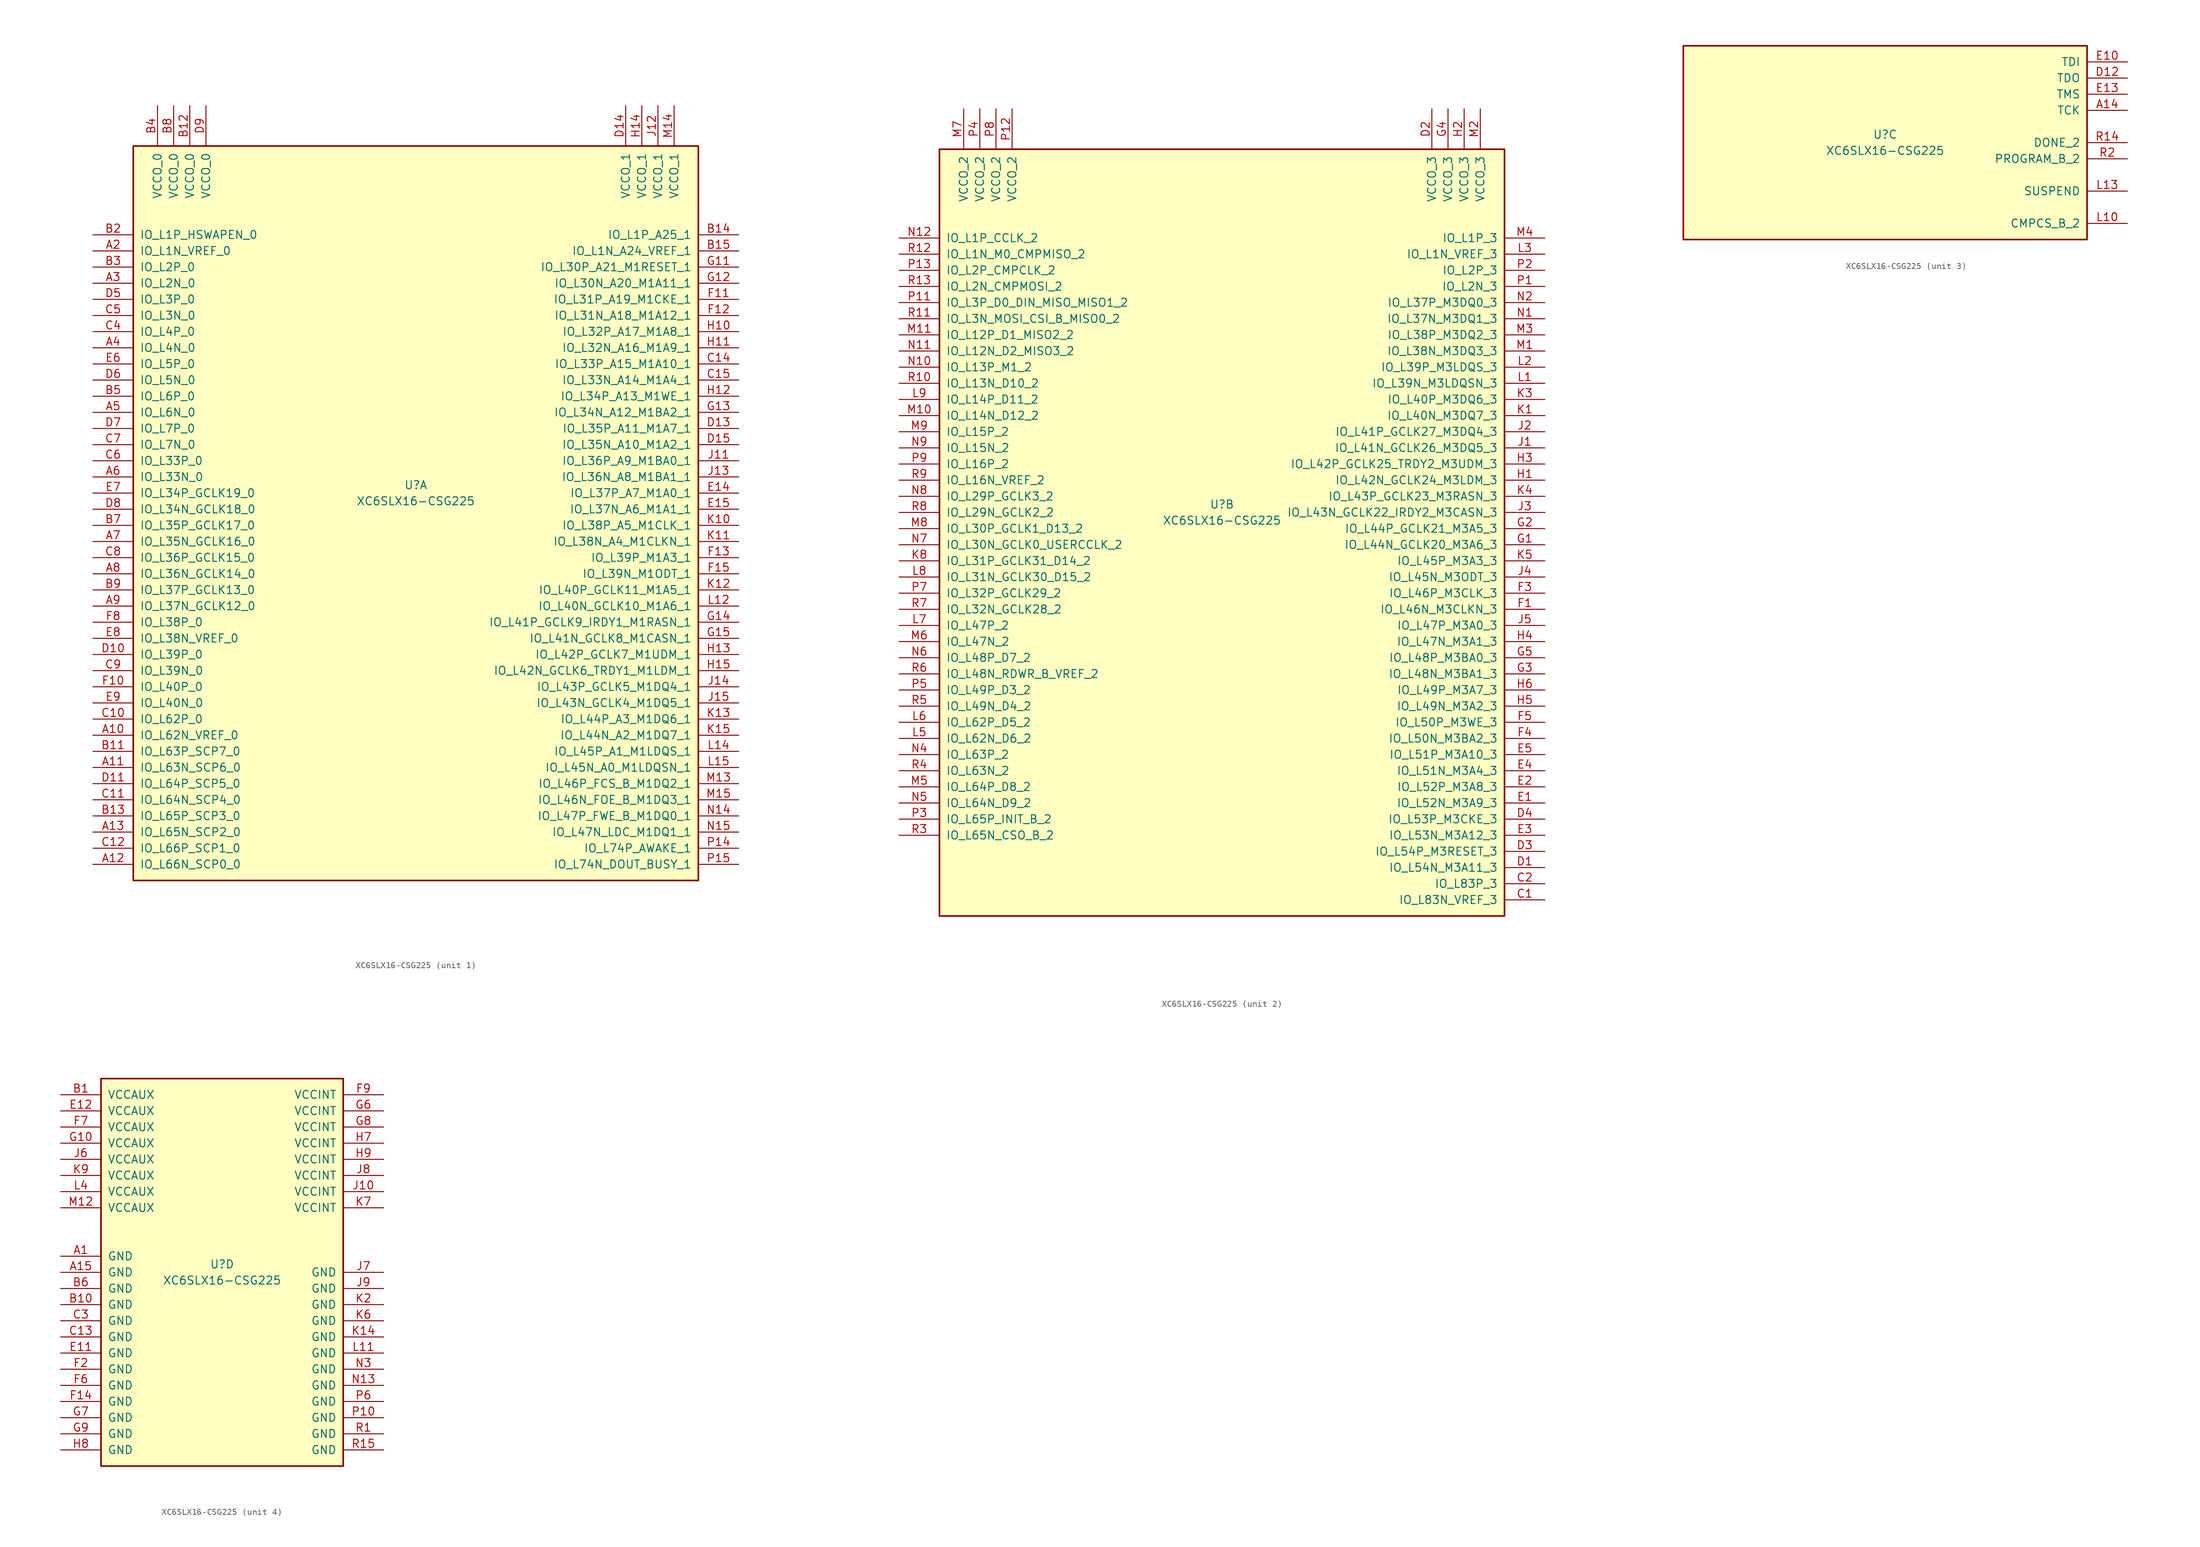
<source format=kicad_sym>
(kicad_symbol_lib
  (version 20211014)
  (generator kicad_symbol_editor)
  (symbol "XC6SLX16-CSG225"
    (pin_names
      (offset 1.016))
    (property "Reference" "U"
      (at 0 1.27 0)
      (effects (font (size 1.27 1.27))))
    (property "Value" "XC6SLX16-CSG225"
      (at 0 -1.27 0)
      (effects (font (size 1.27 1.27))))
    (property "Datasheet" ""
      (at 0 0 0)
      (effects (font (size 1.27 1.27))))
    (property "ki_locked" ""
      (at 0 0 0)
      (effects (font (size 1.27 1.27))))
    (symbol "XC6SLX16-CSG225_1_1"
      (rectangle (start -44.45 54.61) (end 44.45 -60.96) (stroke (width 0.254) (type default) (color 0 0 0 0)) (fill (type background)))
      (pin bidirectional line (at -50.8 -38.1 0) (length 6.35) (name "IO_L62N_VREF_0" (effects (font (size 1.27 1.27)))) (number "A10" (effects (font (size 1.27 1.27)))))
      (pin bidirectional line (at -50.8 -43.18 0) (length 6.35) (name "IO_L63N_SCP6_0" (effects (font (size 1.27 1.27)))) (number "A11" (effects (font (size 1.27 1.27)))))
      (pin bidirectional line (at -50.8 -58.42 0) (length 6.35) (name "IO_L66N_SCP0_0" (effects (font (size 1.27 1.27)))) (number "A12" (effects (font (size 1.27 1.27)))))
      (pin bidirectional line (at -50.8 -53.34 0) (length 6.35) (name "IO_L65N_SCP2_0" (effects (font (size 1.27 1.27)))) (number "A13" (effects (font (size 1.27 1.27)))))
      (pin bidirectional line (at -50.8 38.1 0) (length 6.35) (name "IO_L1N_VREF_0" (effects (font (size 1.27 1.27)))) (number "A2" (effects (font (size 1.27 1.27)))))
      (pin bidirectional line (at -50.8 33.02 0) (length 6.35) (name "IO_L2N_0" (effects (font (size 1.27 1.27)))) (number "A3" (effects (font (size 1.27 1.27)))))
      (pin bidirectional line (at -50.8 22.86 0) (length 6.35) (name "IO_L4N_0" (effects (font (size 1.27 1.27)))) (number "A4" (effects (font (size 1.27 1.27)))))
      (pin bidirectional line (at -50.8 12.7 0) (length 6.35) (name "IO_L6N_0" (effects (font (size 1.27 1.27)))) (number "A5" (effects (font (size 1.27 1.27)))))
      (pin bidirectional line (at -50.8 2.54 0) (length 6.35) (name "IO_L33N_0" (effects (font (size 1.27 1.27)))) (number "A6" (effects (font (size 1.27 1.27)))))
      (pin bidirectional line (at -50.8 -7.62 0) (length 6.35) (name "IO_L35N_GCLK16_0" (effects (font (size 1.27 1.27)))) (number "A7" (effects (font (size 1.27 1.27)))))
      (pin bidirectional line (at -50.8 -12.7 0) (length 6.35) (name "IO_L36N_GCLK14_0" (effects (font (size 1.27 1.27)))) (number "A8" (effects (font (size 1.27 1.27)))))
      (pin bidirectional line (at -50.8 -17.78 0) (length 6.35) (name "IO_L37N_GCLK12_0" (effects (font (size 1.27 1.27)))) (number "A9" (effects (font (size 1.27 1.27)))))
      (pin bidirectional line (at -50.8 -40.64 0) (length 6.35) (name "IO_L63P_SCP7_0" (effects (font (size 1.27 1.27)))) (number "B11" (effects (font (size 1.27 1.27)))))
      (pin power_in line (at -35.56 60.96 270) (length 6.35) (name "VCCO_0" (effects (font (size 1.27 1.27)))) (number "B12" (effects (font (size 1.27 1.27)))))
      (pin bidirectional line (at -50.8 -50.8 0) (length 6.35) (name "IO_L65P_SCP3_0" (effects (font (size 1.27 1.27)))) (number "B13" (effects (font (size 1.27 1.27)))))
      (pin bidirectional line (at 50.8 40.64 180) (length 6.35) (name "IO_L1P_A25_1" (effects (font (size 1.27 1.27)))) (number "B14" (effects (font (size 1.27 1.27)))))
      (pin bidirectional line (at 50.8 38.1 180) (length 6.35) (name "IO_L1N_A24_VREF_1" (effects (font (size 1.27 1.27)))) (number "B15" (effects (font (size 1.27 1.27)))))
      (pin bidirectional line (at -50.8 40.64 0) (length 6.35) (name "IO_L1P_HSWAPEN_0" (effects (font (size 1.27 1.27)))) (number "B2" (effects (font (size 1.27 1.27)))))
      (pin bidirectional line (at -50.8 35.56 0) (length 6.35) (name "IO_L2P_0" (effects (font (size 1.27 1.27)))) (number "B3" (effects (font (size 1.27 1.27)))))
      (pin power_in line (at -40.64 60.96 270) (length 6.35) (name "VCCO_0" (effects (font (size 1.27 1.27)))) (number "B4" (effects (font (size 1.27 1.27)))))
      (pin bidirectional line (at -50.8 15.24 0) (length 6.35) (name "IO_L6P_0" (effects (font (size 1.27 1.27)))) (number "B5" (effects (font (size 1.27 1.27)))))
      (pin bidirectional line (at -50.8 -5.08 0) (length 6.35) (name "IO_L35P_GCLK17_0" (effects (font (size 1.27 1.27)))) (number "B7" (effects (font (size 1.27 1.27)))))
      (pin power_in line (at -38.1 60.96 270) (length 6.35) (name "VCCO_0" (effects (font (size 1.27 1.27)))) (number "B8" (effects (font (size 1.27 1.27)))))
      (pin bidirectional line (at -50.8 -15.24 0) (length 6.35) (name "IO_L37P_GCLK13_0" (effects (font (size 1.27 1.27)))) (number "B9" (effects (font (size 1.27 1.27)))))
      (pin bidirectional line (at -50.8 -35.56 0) (length 6.35) (name "IO_L62P_0" (effects (font (size 1.27 1.27)))) (number "C10" (effects (font (size 1.27 1.27)))))
      (pin bidirectional line (at -50.8 -48.26 0) (length 6.35) (name "IO_L64N_SCP4_0" (effects (font (size 1.27 1.27)))) (number "C11" (effects (font (size 1.27 1.27)))))
      (pin bidirectional line (at -50.8 -55.88 0) (length 6.35) (name "IO_L66P_SCP1_0" (effects (font (size 1.27 1.27)))) (number "C12" (effects (font (size 1.27 1.27)))))
      (pin bidirectional line (at 50.8 20.32 180) (length 6.35) (name "IO_L33P_A15_M1A10_1" (effects (font (size 1.27 1.27)))) (number "C14" (effects (font (size 1.27 1.27)))))
      (pin bidirectional line (at 50.8 17.78 180) (length 6.35) (name "IO_L33N_A14_M1A4_1" (effects (font (size 1.27 1.27)))) (number "C15" (effects (font (size 1.27 1.27)))))
      (pin bidirectional line (at -50.8 25.4 0) (length 6.35) (name "IO_L4P_0" (effects (font (size 1.27 1.27)))) (number "C4" (effects (font (size 1.27 1.27)))))
      (pin bidirectional line (at -50.8 27.94 0) (length 6.35) (name "IO_L3N_0" (effects (font (size 1.27 1.27)))) (number "C5" (effects (font (size 1.27 1.27)))))
      (pin bidirectional line (at -50.8 5.08 0) (length 6.35) (name "IO_L33P_0" (effects (font (size 1.27 1.27)))) (number "C6" (effects (font (size 1.27 1.27)))))
      (pin bidirectional line (at -50.8 7.62 0) (length 6.35) (name "IO_L7N_0" (effects (font (size 1.27 1.27)))) (number "C7" (effects (font (size 1.27 1.27)))))
      (pin bidirectional line (at -50.8 -10.16 0) (length 6.35) (name "IO_L36P_GCLK15_0" (effects (font (size 1.27 1.27)))) (number "C8" (effects (font (size 1.27 1.27)))))
      (pin bidirectional line (at -50.8 -27.94 0) (length 6.35) (name "IO_L39N_0" (effects (font (size 1.27 1.27)))) (number "C9" (effects (font (size 1.27 1.27)))))
      (pin bidirectional line (at -50.8 -25.4 0) (length 6.35) (name "IO_L39P_0" (effects (font (size 1.27 1.27)))) (number "D10" (effects (font (size 1.27 1.27)))))
      (pin bidirectional line (at -50.8 -45.72 0) (length 6.35) (name "IO_L64P_SCP5_0" (effects (font (size 1.27 1.27)))) (number "D11" (effects (font (size 1.27 1.27)))))
      (pin bidirectional line (at 50.8 10.16 180) (length 6.35) (name "IO_L35P_A11_M1A7_1" (effects (font (size 1.27 1.27)))) (number "D13" (effects (font (size 1.27 1.27)))))
      (pin power_in line (at 33.02 60.96 270) (length 6.35) (name "VCCO_1" (effects (font (size 1.27 1.27)))) (number "D14" (effects (font (size 1.27 1.27)))))
      (pin bidirectional line (at 50.8 7.62 180) (length 6.35) (name "IO_L35N_A10_M1A2_1" (effects (font (size 1.27 1.27)))) (number "D15" (effects (font (size 1.27 1.27)))))
      (pin bidirectional line (at -50.8 30.48 0) (length 6.35) (name "IO_L3P_0" (effects (font (size 1.27 1.27)))) (number "D5" (effects (font (size 1.27 1.27)))))
      (pin bidirectional line (at -50.8 17.78 0) (length 6.35) (name "IO_L5N_0" (effects (font (size 1.27 1.27)))) (number "D6" (effects (font (size 1.27 1.27)))))
      (pin bidirectional line (at -50.8 10.16 0) (length 6.35) (name "IO_L7P_0" (effects (font (size 1.27 1.27)))) (number "D7" (effects (font (size 1.27 1.27)))))
      (pin bidirectional line (at -50.8 -2.54 0) (length 6.35) (name "IO_L34N_GCLK18_0" (effects (font (size 1.27 1.27)))) (number "D8" (effects (font (size 1.27 1.27)))))
      (pin power_in line (at -33.02 60.96 270) (length 6.35) (name "VCCO_0" (effects (font (size 1.27 1.27)))) (number "D9" (effects (font (size 1.27 1.27)))))
      (pin bidirectional line (at 50.8 0 180) (length 6.35) (name "IO_L37P_A7_M1A0_1" (effects (font (size 1.27 1.27)))) (number "E14" (effects (font (size 1.27 1.27)))))
      (pin bidirectional line (at 50.8 -2.54 180) (length 6.35) (name "IO_L37N_A6_M1A1_1" (effects (font (size 1.27 1.27)))) (number "E15" (effects (font (size 1.27 1.27)))))
      (pin bidirectional line (at -50.8 20.32 0) (length 6.35) (name "IO_L5P_0" (effects (font (size 1.27 1.27)))) (number "E6" (effects (font (size 1.27 1.27)))))
      (pin bidirectional line (at -50.8 0 0) (length 6.35) (name "IO_L34P_GCLK19_0" (effects (font (size 1.27 1.27)))) (number "E7" (effects (font (size 1.27 1.27)))))
      (pin bidirectional line (at -50.8 -22.86 0) (length 6.35) (name "IO_L38N_VREF_0" (effects (font (size 1.27 1.27)))) (number "E8" (effects (font (size 1.27 1.27)))))
      (pin bidirectional line (at -50.8 -33.02 0) (length 6.35) (name "IO_L40N_0" (effects (font (size 1.27 1.27)))) (number "E9" (effects (font (size 1.27 1.27)))))
      (pin bidirectional line (at -50.8 -30.48 0) (length 6.35) (name "IO_L40P_0" (effects (font (size 1.27 1.27)))) (number "F10" (effects (font (size 1.27 1.27)))))
      (pin bidirectional line (at 50.8 30.48 180) (length 6.35) (name "IO_L31P_A19_M1CKE_1" (effects (font (size 1.27 1.27)))) (number "F11" (effects (font (size 1.27 1.27)))))
      (pin bidirectional line (at 50.8 27.94 180) (length 6.35) (name "IO_L31N_A18_M1A12_1" (effects (font (size 1.27 1.27)))) (number "F12" (effects (font (size 1.27 1.27)))))
      (pin bidirectional line (at 50.8 -10.16 180) (length 6.35) (name "IO_L39P_M1A3_1" (effects (font (size 1.27 1.27)))) (number "F13" (effects (font (size 1.27 1.27)))))
      (pin bidirectional line (at 50.8 -12.7 180) (length 6.35) (name "IO_L39N_M1ODT_1" (effects (font (size 1.27 1.27)))) (number "F15" (effects (font (size 1.27 1.27)))))
      (pin bidirectional line (at -50.8 -20.32 0) (length 6.35) (name "IO_L38P_0" (effects (font (size 1.27 1.27)))) (number "F8" (effects (font (size 1.27 1.27)))))
      (pin bidirectional line (at 50.8 35.56 180) (length 6.35) (name "IO_L30P_A21_M1RESET_1" (effects (font (size 1.27 1.27)))) (number "G11" (effects (font (size 1.27 1.27)))))
      (pin bidirectional line (at 50.8 33.02 180) (length 6.35) (name "IO_L30N_A20_M1A11_1" (effects (font (size 1.27 1.27)))) (number "G12" (effects (font (size 1.27 1.27)))))
      (pin bidirectional line (at 50.8 12.7 180) (length 6.35) (name "IO_L34N_A12_M1BA2_1" (effects (font (size 1.27 1.27)))) (number "G13" (effects (font (size 1.27 1.27)))))
      (pin bidirectional line (at 50.8 -20.32 180) (length 6.35) (name "IO_L41P_GCLK9_IRDY1_M1RASN_1" (effects (font (size 1.27 1.27)))) (number "G14" (effects (font (size 1.27 1.27)))))
      (pin bidirectional line (at 50.8 -22.86 180) (length 6.35) (name "IO_L41N_GCLK8_M1CASN_1" (effects (font (size 1.27 1.27)))) (number "G15" (effects (font (size 1.27 1.27)))))
      (pin bidirectional line (at 50.8 25.4 180) (length 6.35) (name "IO_L32P_A17_M1A8_1" (effects (font (size 1.27 1.27)))) (number "H10" (effects (font (size 1.27 1.27)))))
      (pin bidirectional line (at 50.8 22.86 180) (length 6.35) (name "IO_L32N_A16_M1A9_1" (effects (font (size 1.27 1.27)))) (number "H11" (effects (font (size 1.27 1.27)))))
      (pin bidirectional line (at 50.8 15.24 180) (length 6.35) (name "IO_L34P_A13_M1WE_1" (effects (font (size 1.27 1.27)))) (number "H12" (effects (font (size 1.27 1.27)))))
      (pin bidirectional line (at 50.8 -25.4 180) (length 6.35) (name "IO_L42P_GCLK7_M1UDM_1" (effects (font (size 1.27 1.27)))) (number "H13" (effects (font (size 1.27 1.27)))))
      (pin power_in line (at 35.56 60.96 270) (length 6.35) (name "VCCO_1" (effects (font (size 1.27 1.27)))) (number "H14" (effects (font (size 1.27 1.27)))))
      (pin bidirectional line (at 50.8 -27.94 180) (length 6.35) (name "IO_L42N_GCLK6_TRDY1_M1LDM_1" (effects (font (size 1.27 1.27)))) (number "H15" (effects (font (size 1.27 1.27)))))
      (pin bidirectional line (at 50.8 5.08 180) (length 6.35) (name "IO_L36P_A9_M1BA0_1" (effects (font (size 1.27 1.27)))) (number "J11" (effects (font (size 1.27 1.27)))))
      (pin power_in line (at 38.1 60.96 270) (length 6.35) (name "VCCO_1" (effects (font (size 1.27 1.27)))) (number "J12" (effects (font (size 1.27 1.27)))))
      (pin bidirectional line (at 50.8 2.54 180) (length 6.35) (name "IO_L36N_A8_M1BA1_1" (effects (font (size 1.27 1.27)))) (number "J13" (effects (font (size 1.27 1.27)))))
      (pin bidirectional line (at 50.8 -30.48 180) (length 6.35) (name "IO_L43P_GCLK5_M1DQ4_1" (effects (font (size 1.27 1.27)))) (number "J14" (effects (font (size 1.27 1.27)))))
      (pin bidirectional line (at 50.8 -33.02 180) (length 6.35) (name "IO_L43N_GCLK4_M1DQ5_1" (effects (font (size 1.27 1.27)))) (number "J15" (effects (font (size 1.27 1.27)))))
      (pin bidirectional line (at 50.8 -5.08 180) (length 6.35) (name "IO_L38P_A5_M1CLK_1" (effects (font (size 1.27 1.27)))) (number "K10" (effects (font (size 1.27 1.27)))))
      (pin bidirectional line (at 50.8 -7.62 180) (length 6.35) (name "IO_L38N_A4_M1CLKN_1" (effects (font (size 1.27 1.27)))) (number "K11" (effects (font (size 1.27 1.27)))))
      (pin bidirectional line (at 50.8 -15.24 180) (length 6.35) (name "IO_L40P_GCLK11_M1A5_1" (effects (font (size 1.27 1.27)))) (number "K12" (effects (font (size 1.27 1.27)))))
      (pin bidirectional line (at 50.8 -35.56 180) (length 6.35) (name "IO_L44P_A3_M1DQ6_1" (effects (font (size 1.27 1.27)))) (number "K13" (effects (font (size 1.27 1.27)))))
      (pin bidirectional line (at 50.8 -38.1 180) (length 6.35) (name "IO_L44N_A2_M1DQ7_1" (effects (font (size 1.27 1.27)))) (number "K15" (effects (font (size 1.27 1.27)))))
      (pin bidirectional line (at 50.8 -17.78 180) (length 6.35) (name "IO_L40N_GCLK10_M1A6_1" (effects (font (size 1.27 1.27)))) (number "L12" (effects (font (size 1.27 1.27)))))
      (pin bidirectional line (at 50.8 -40.64 180) (length 6.35) (name "IO_L45P_A1_M1LDQS_1" (effects (font (size 1.27 1.27)))) (number "L14" (effects (font (size 1.27 1.27)))))
      (pin bidirectional line (at 50.8 -43.18 180) (length 6.35) (name "IO_L45N_A0_M1LDQSN_1" (effects (font (size 1.27 1.27)))) (number "L15" (effects (font (size 1.27 1.27)))))
      (pin bidirectional line (at 50.8 -45.72 180) (length 6.35) (name "IO_L46P_FCS_B_M1DQ2_1" (effects (font (size 1.27 1.27)))) (number "M13" (effects (font (size 1.27 1.27)))))
      (pin power_in line (at 40.64 60.96 270) (length 6.35) (name "VCCO_1" (effects (font (size 1.27 1.27)))) (number "M14" (effects (font (size 1.27 1.27)))))
      (pin bidirectional line (at 50.8 -48.26 180) (length 6.35) (name "IO_L46N_FOE_B_M1DQ3_1" (effects (font (size 1.27 1.27)))) (number "M15" (effects (font (size 1.27 1.27)))))
      (pin bidirectional line (at 50.8 -50.8 180) (length 6.35) (name "IO_L47P_FWE_B_M1DQ0_1" (effects (font (size 1.27 1.27)))) (number "N14" (effects (font (size 1.27 1.27)))))
      (pin bidirectional line (at 50.8 -53.34 180) (length 6.35) (name "IO_L47N_LDC_M1DQ1_1" (effects (font (size 1.27 1.27)))) (number "N15" (effects (font (size 1.27 1.27)))))
      (pin bidirectional line (at 50.8 -55.88 180) (length 6.35) (name "IO_L74P_AWAKE_1" (effects (font (size 1.27 1.27)))) (number "P14" (effects (font (size 1.27 1.27)))))
      (pin bidirectional line (at 50.8 -58.42 180) (length 6.35) (name "IO_L74N_DOUT_BUSY_1" (effects (font (size 1.27 1.27)))) (number "P15" (effects (font (size 1.27 1.27))))))
    (symbol "XC6SLX16-CSG225_2_1"
      (rectangle (start -44.45 57.15) (end 44.45 -63.5) (stroke (width 0.254) (type default) (color 0 0 0 0)) (fill (type background)))
      (pin bidirectional line (at 50.8 -60.96 180) (length 6.35) (name "IO_L83N_VREF_3" (effects (font (size 1.27 1.27)))) (number "C1" (effects (font (size 1.27 1.27)))))
      (pin bidirectional line (at 50.8 -58.42 180) (length 6.35) (name "IO_L83P_3" (effects (font (size 1.27 1.27)))) (number "C2" (effects (font (size 1.27 1.27)))))
      (pin bidirectional line (at 50.8 -55.88 180) (length 6.35) (name "IO_L54N_M3A11_3" (effects (font (size 1.27 1.27)))) (number "D1" (effects (font (size 1.27 1.27)))))
      (pin power_in line (at 33.02 63.5 270) (length 6.35) (name "VCCO_3" (effects (font (size 1.27 1.27)))) (number "D2" (effects (font (size 1.27 1.27)))))
      (pin bidirectional line (at 50.8 -53.34 180) (length 6.35) (name "IO_L54P_M3RESET_3" (effects (font (size 1.27 1.27)))) (number "D3" (effects (font (size 1.27 1.27)))))
      (pin bidirectional line (at 50.8 -48.26 180) (length 6.35) (name "IO_L53P_M3CKE_3" (effects (font (size 1.27 1.27)))) (number "D4" (effects (font (size 1.27 1.27)))))
      (pin bidirectional line (at 50.8 -45.72 180) (length 6.35) (name "IO_L52N_M3A9_3" (effects (font (size 1.27 1.27)))) (number "E1" (effects (font (size 1.27 1.27)))))
      (pin bidirectional line (at 50.8 -43.18 180) (length 6.35) (name "IO_L52P_M3A8_3" (effects (font (size 1.27 1.27)))) (number "E2" (effects (font (size 1.27 1.27)))))
      (pin bidirectional line (at 50.8 -50.8 180) (length 6.35) (name "IO_L53N_M3A12_3" (effects (font (size 1.27 1.27)))) (number "E3" (effects (font (size 1.27 1.27)))))
      (pin bidirectional line (at 50.8 -40.64 180) (length 6.35) (name "IO_L51N_M3A4_3" (effects (font (size 1.27 1.27)))) (number "E4" (effects (font (size 1.27 1.27)))))
      (pin bidirectional line (at 50.8 -38.1 180) (length 6.35) (name "IO_L51P_M3A10_3" (effects (font (size 1.27 1.27)))) (number "E5" (effects (font (size 1.27 1.27)))))
      (pin bidirectional line (at 50.8 -15.24 180) (length 6.35) (name "IO_L46N_M3CLKN_3" (effects (font (size 1.27 1.27)))) (number "F1" (effects (font (size 1.27 1.27)))))
      (pin bidirectional line (at 50.8 -12.7 180) (length 6.35) (name "IO_L46P_M3CLK_3" (effects (font (size 1.27 1.27)))) (number "F3" (effects (font (size 1.27 1.27)))))
      (pin bidirectional line (at 50.8 -35.56 180) (length 6.35) (name "IO_L50N_M3BA2_3" (effects (font (size 1.27 1.27)))) (number "F4" (effects (font (size 1.27 1.27)))))
      (pin bidirectional line (at 50.8 -33.02 180) (length 6.35) (name "IO_L50P_M3WE_3" (effects (font (size 1.27 1.27)))) (number "F5" (effects (font (size 1.27 1.27)))))
      (pin bidirectional line (at 50.8 -5.08 180) (length 6.35) (name "IO_L44N_GCLK20_M3A6_3" (effects (font (size 1.27 1.27)))) (number "G1" (effects (font (size 1.27 1.27)))))
      (pin bidirectional line (at 50.8 -2.54 180) (length 6.35) (name "IO_L44P_GCLK21_M3A5_3" (effects (font (size 1.27 1.27)))) (number "G2" (effects (font (size 1.27 1.27)))))
      (pin bidirectional line (at 50.8 -25.4 180) (length 6.35) (name "IO_L48N_M3BA1_3" (effects (font (size 1.27 1.27)))) (number "G3" (effects (font (size 1.27 1.27)))))
      (pin power_in line (at 35.56 63.5 270) (length 6.35) (name "VCCO_3" (effects (font (size 1.27 1.27)))) (number "G4" (effects (font (size 1.27 1.27)))))
      (pin bidirectional line (at 50.8 -22.86 180) (length 6.35) (name "IO_L48P_M3BA0_3" (effects (font (size 1.27 1.27)))) (number "G5" (effects (font (size 1.27 1.27)))))
      (pin bidirectional line (at 50.8 5.08 180) (length 6.35) (name "IO_L42N_GCLK24_M3LDM_3" (effects (font (size 1.27 1.27)))) (number "H1" (effects (font (size 1.27 1.27)))))
      (pin power_in line (at 38.1 63.5 270) (length 6.35) (name "VCCO_3" (effects (font (size 1.27 1.27)))) (number "H2" (effects (font (size 1.27 1.27)))))
      (pin bidirectional line (at 50.8 7.62 180) (length 6.35) (name "IO_L42P_GCLK25_TRDY2_M3UDM_3" (effects (font (size 1.27 1.27)))) (number "H3" (effects (font (size 1.27 1.27)))))
      (pin bidirectional line (at 50.8 -20.32 180) (length 6.35) (name "IO_L47N_M3A1_3" (effects (font (size 1.27 1.27)))) (number "H4" (effects (font (size 1.27 1.27)))))
      (pin bidirectional line (at 50.8 -30.48 180) (length 6.35) (name "IO_L49N_M3A2_3" (effects (font (size 1.27 1.27)))) (number "H5" (effects (font (size 1.27 1.27)))))
      (pin bidirectional line (at 50.8 -27.94 180) (length 6.35) (name "IO_L49P_M3A7_3" (effects (font (size 1.27 1.27)))) (number "H6" (effects (font (size 1.27 1.27)))))
      (pin bidirectional line (at 50.8 10.16 180) (length 6.35) (name "IO_L41N_GCLK26_M3DQ5_3" (effects (font (size 1.27 1.27)))) (number "J1" (effects (font (size 1.27 1.27)))))
      (pin bidirectional line (at 50.8 12.7 180) (length 6.35) (name "IO_L41P_GCLK27_M3DQ4_3" (effects (font (size 1.27 1.27)))) (number "J2" (effects (font (size 1.27 1.27)))))
      (pin bidirectional line (at 50.8 0 180) (length 6.35) (name "IO_L43N_GCLK22_IRDY2_M3CASN_3" (effects (font (size 1.27 1.27)))) (number "J3" (effects (font (size 1.27 1.27)))))
      (pin bidirectional line (at 50.8 -10.16 180) (length 6.35) (name "IO_L45N_M3ODT_3" (effects (font (size 1.27 1.27)))) (number "J4" (effects (font (size 1.27 1.27)))))
      (pin bidirectional line (at 50.8 -17.78 180) (length 6.35) (name "IO_L47P_M3A0_3" (effects (font (size 1.27 1.27)))) (number "J5" (effects (font (size 1.27 1.27)))))
      (pin bidirectional line (at 50.8 15.24 180) (length 6.35) (name "IO_L40N_M3DQ7_3" (effects (font (size 1.27 1.27)))) (number "K1" (effects (font (size 1.27 1.27)))))
      (pin bidirectional line (at 50.8 17.78 180) (length 6.35) (name "IO_L40P_M3DQ6_3" (effects (font (size 1.27 1.27)))) (number "K3" (effects (font (size 1.27 1.27)))))
      (pin bidirectional line (at 50.8 2.54 180) (length 6.35) (name "IO_L43P_GCLK23_M3RASN_3" (effects (font (size 1.27 1.27)))) (number "K4" (effects (font (size 1.27 1.27)))))
      (pin bidirectional line (at 50.8 -7.62 180) (length 6.35) (name "IO_L45P_M3A3_3" (effects (font (size 1.27 1.27)))) (number "K5" (effects (font (size 1.27 1.27)))))
      (pin bidirectional line (at -50.8 -7.62 0) (length 6.35) (name "IO_L31P_GCLK31_D14_2" (effects (font (size 1.27 1.27)))) (number "K8" (effects (font (size 1.27 1.27)))))
      (pin bidirectional line (at 50.8 20.32 180) (length 6.35) (name "IO_L39N_M3LDQSN_3" (effects (font (size 1.27 1.27)))) (number "L1" (effects (font (size 1.27 1.27)))))
      (pin bidirectional line (at 50.8 22.86 180) (length 6.35) (name "IO_L39P_M3LDQS_3" (effects (font (size 1.27 1.27)))) (number "L2" (effects (font (size 1.27 1.27)))))
      (pin bidirectional line (at 50.8 40.64 180) (length 6.35) (name "IO_L1N_VREF_3" (effects (font (size 1.27 1.27)))) (number "L3" (effects (font (size 1.27 1.27)))))
      (pin bidirectional line (at -50.8 -35.56 0) (length 6.35) (name "IO_L62N_D6_2" (effects (font (size 1.27 1.27)))) (number "L5" (effects (font (size 1.27 1.27)))))
      (pin bidirectional line (at -50.8 -33.02 0) (length 6.35) (name "IO_L62P_D5_2" (effects (font (size 1.27 1.27)))) (number "L6" (effects (font (size 1.27 1.27)))))
      (pin bidirectional line (at -50.8 -17.78 0) (length 6.35) (name "IO_L47P_2" (effects (font (size 1.27 1.27)))) (number "L7" (effects (font (size 1.27 1.27)))))
      (pin bidirectional line (at -50.8 -10.16 0) (length 6.35) (name "IO_L31N_GCLK30_D15_2" (effects (font (size 1.27 1.27)))) (number "L8" (effects (font (size 1.27 1.27)))))
      (pin bidirectional line (at -50.8 17.78 0) (length 6.35) (name "IO_L14P_D11_2" (effects (font (size 1.27 1.27)))) (number "L9" (effects (font (size 1.27 1.27)))))
      (pin bidirectional line (at 50.8 25.4 180) (length 6.35) (name "IO_L38N_M3DQ3_3" (effects (font (size 1.27 1.27)))) (number "M1" (effects (font (size 1.27 1.27)))))
      (pin bidirectional line (at -50.8 15.24 0) (length 6.35) (name "IO_L14N_D12_2" (effects (font (size 1.27 1.27)))) (number "M10" (effects (font (size 1.27 1.27)))))
      (pin bidirectional line (at -50.8 27.94 0) (length 6.35) (name "IO_L12P_D1_MISO2_2" (effects (font (size 1.27 1.27)))) (number "M11" (effects (font (size 1.27 1.27)))))
      (pin power_in line (at 40.64 63.5 270) (length 6.35) (name "VCCO_3" (effects (font (size 1.27 1.27)))) (number "M2" (effects (font (size 1.27 1.27)))))
      (pin bidirectional line (at 50.8 27.94 180) (length 6.35) (name "IO_L38P_M3DQ2_3" (effects (font (size 1.27 1.27)))) (number "M3" (effects (font (size 1.27 1.27)))))
      (pin bidirectional line (at 50.8 43.18 180) (length 6.35) (name "IO_L1P_3" (effects (font (size 1.27 1.27)))) (number "M4" (effects (font (size 1.27 1.27)))))
      (pin bidirectional line (at -50.8 -43.18 0) (length 6.35) (name "IO_L64P_D8_2" (effects (font (size 1.27 1.27)))) (number "M5" (effects (font (size 1.27 1.27)))))
      (pin bidirectional line (at -50.8 -20.32 0) (length 6.35) (name "IO_L47N_2" (effects (font (size 1.27 1.27)))) (number "M6" (effects (font (size 1.27 1.27)))))
      (pin power_in line (at -40.64 63.5 270) (length 6.35) (name "VCCO_2" (effects (font (size 1.27 1.27)))) (number "M7" (effects (font (size 1.27 1.27)))))
      (pin bidirectional line (at -50.8 -2.54 0) (length 6.35) (name "IO_L30P_GCLK1_D13_2" (effects (font (size 1.27 1.27)))) (number "M8" (effects (font (size 1.27 1.27)))))
      (pin bidirectional line (at -50.8 12.7 0) (length 6.35) (name "IO_L15P_2" (effects (font (size 1.27 1.27)))) (number "M9" (effects (font (size 1.27 1.27)))))
      (pin bidirectional line (at 50.8 30.48 180) (length 6.35) (name "IO_L37N_M3DQ1_3" (effects (font (size 1.27 1.27)))) (number "N1" (effects (font (size 1.27 1.27)))))
      (pin bidirectional line (at -50.8 22.86 0) (length 6.35) (name "IO_L13P_M1_2" (effects (font (size 1.27 1.27)))) (number "N10" (effects (font (size 1.27 1.27)))))
      (pin bidirectional line (at -50.8 25.4 0) (length 6.35) (name "IO_L12N_D2_MISO3_2" (effects (font (size 1.27 1.27)))) (number "N11" (effects (font (size 1.27 1.27)))))
      (pin bidirectional line (at -50.8 43.18 0) (length 6.35) (name "IO_L1P_CCLK_2" (effects (font (size 1.27 1.27)))) (number "N12" (effects (font (size 1.27 1.27)))))
      (pin bidirectional line (at 50.8 33.02 180) (length 6.35) (name "IO_L37P_M3DQ0_3" (effects (font (size 1.27 1.27)))) (number "N2" (effects (font (size 1.27 1.27)))))
      (pin bidirectional line (at -50.8 -38.1 0) (length 6.35) (name "IO_L63P_2" (effects (font (size 1.27 1.27)))) (number "N4" (effects (font (size 1.27 1.27)))))
      (pin bidirectional line (at -50.8 -45.72 0) (length 6.35) (name "IO_L64N_D9_2" (effects (font (size 1.27 1.27)))) (number "N5" (effects (font (size 1.27 1.27)))))
      (pin bidirectional line (at -50.8 -22.86 0) (length 6.35) (name "IO_L48P_D7_2" (effects (font (size 1.27 1.27)))) (number "N6" (effects (font (size 1.27 1.27)))))
      (pin bidirectional line (at -50.8 -5.08 0) (length 6.35) (name "IO_L30N_GCLK0_USERCCLK_2" (effects (font (size 1.27 1.27)))) (number "N7" (effects (font (size 1.27 1.27)))))
      (pin bidirectional line (at -50.8 2.54 0) (length 6.35) (name "IO_L29P_GCLK3_2" (effects (font (size 1.27 1.27)))) (number "N8" (effects (font (size 1.27 1.27)))))
      (pin bidirectional line (at -50.8 10.16 0) (length 6.35) (name "IO_L15N_2" (effects (font (size 1.27 1.27)))) (number "N9" (effects (font (size 1.27 1.27)))))
      (pin bidirectional line (at 50.8 35.56 180) (length 6.35) (name "IO_L2N_3" (effects (font (size 1.27 1.27)))) (number "P1" (effects (font (size 1.27 1.27)))))
      (pin bidirectional line (at -50.8 33.02 0) (length 6.35) (name "IO_L3P_D0_DIN_MISO_MISO1_2" (effects (font (size 1.27 1.27)))) (number "P11" (effects (font (size 1.27 1.27)))))
      (pin power_in line (at -33.02 63.5 270) (length 6.35) (name "VCCO_2" (effects (font (size 1.27 1.27)))) (number "P12" (effects (font (size 1.27 1.27)))))
      (pin bidirectional line (at -50.8 38.1 0) (length 6.35) (name "IO_L2P_CMPCLK_2" (effects (font (size 1.27 1.27)))) (number "P13" (effects (font (size 1.27 1.27)))))
      (pin bidirectional line (at 50.8 38.1 180) (length 6.35) (name "IO_L2P_3" (effects (font (size 1.27 1.27)))) (number "P2" (effects (font (size 1.27 1.27)))))
      (pin bidirectional line (at -50.8 -48.26 0) (length 6.35) (name "IO_L65P_INIT_B_2" (effects (font (size 1.27 1.27)))) (number "P3" (effects (font (size 1.27 1.27)))))
      (pin power_in line (at -38.1 63.5 270) (length 6.35) (name "VCCO_2" (effects (font (size 1.27 1.27)))) (number "P4" (effects (font (size 1.27 1.27)))))
      (pin bidirectional line (at -50.8 -27.94 0) (length 6.35) (name "IO_L49P_D3_2" (effects (font (size 1.27 1.27)))) (number "P5" (effects (font (size 1.27 1.27)))))
      (pin bidirectional line (at -50.8 -12.7 0) (length 6.35) (name "IO_L32P_GCLK29_2" (effects (font (size 1.27 1.27)))) (number "P7" (effects (font (size 1.27 1.27)))))
      (pin power_in line (at -35.56 63.5 270) (length 6.35) (name "VCCO_2" (effects (font (size 1.27 1.27)))) (number "P8" (effects (font (size 1.27 1.27)))))
      (pin bidirectional line (at -50.8 7.62 0) (length 6.35) (name "IO_L16P_2" (effects (font (size 1.27 1.27)))) (number "P9" (effects (font (size 1.27 1.27)))))
      (pin bidirectional line (at -50.8 20.32 0) (length 6.35) (name "IO_L13N_D10_2" (effects (font (size 1.27 1.27)))) (number "R10" (effects (font (size 1.27 1.27)))))
      (pin bidirectional line (at -50.8 30.48 0) (length 6.35) (name "IO_L3N_MOSI_CSI_B_MISO0_2" (effects (font (size 1.27 1.27)))) (number "R11" (effects (font (size 1.27 1.27)))))
      (pin bidirectional line (at -50.8 40.64 0) (length 6.35) (name "IO_L1N_M0_CMPMISO_2" (effects (font (size 1.27 1.27)))) (number "R12" (effects (font (size 1.27 1.27)))))
      (pin bidirectional line (at -50.8 35.56 0) (length 6.35) (name "IO_L2N_CMPMOSI_2" (effects (font (size 1.27 1.27)))) (number "R13" (effects (font (size 1.27 1.27)))))
      (pin bidirectional line (at -50.8 -50.8 0) (length 6.35) (name "IO_L65N_CSO_B_2" (effects (font (size 1.27 1.27)))) (number "R3" (effects (font (size 1.27 1.27)))))
      (pin bidirectional line (at -50.8 -40.64 0) (length 6.35) (name "IO_L63N_2" (effects (font (size 1.27 1.27)))) (number "R4" (effects (font (size 1.27 1.27)))))
      (pin bidirectional line (at -50.8 -30.48 0) (length 6.35) (name "IO_L49N_D4_2" (effects (font (size 1.27 1.27)))) (number "R5" (effects (font (size 1.27 1.27)))))
      (pin bidirectional line (at -50.8 -25.4 0) (length 6.35) (name "IO_L48N_RDWR_B_VREF_2" (effects (font (size 1.27 1.27)))) (number "R6" (effects (font (size 1.27 1.27)))))
      (pin bidirectional line (at -50.8 -15.24 0) (length 6.35) (name "IO_L32N_GCLK28_2" (effects (font (size 1.27 1.27)))) (number "R7" (effects (font (size 1.27 1.27)))))
      (pin bidirectional line (at -50.8 0 0) (length 6.35) (name "IO_L29N_GCLK2_2" (effects (font (size 1.27 1.27)))) (number "R8" (effects (font (size 1.27 1.27)))))
      (pin bidirectional line (at -50.8 5.08 0) (length 6.35) (name "IO_L16N_VREF_2" (effects (font (size 1.27 1.27)))) (number "R9" (effects (font (size 1.27 1.27))))))
    (symbol "XC6SLX16-CSG225_3_1"
      (rectangle (start -31.75 15.24) (end 31.75 -15.24) (stroke (width 0.254) (type default) (color 0 0 0 0)) (fill (type background)))
      (pin bidirectional line (at 38.1 5.08 180) (length 6.35) (name "TCK" (effects (font (size 1.27 1.27)))) (number "A14" (effects (font (size 1.27 1.27)))))
      (pin bidirectional line (at 38.1 10.16 180) (length 6.35) (name "TDO" (effects (font (size 1.27 1.27)))) (number "D12" (effects (font (size 1.27 1.27)))))
      (pin bidirectional line (at 38.1 12.7 180) (length 6.35) (name "TDI" (effects (font (size 1.27 1.27)))) (number "E10" (effects (font (size 1.27 1.27)))))
      (pin bidirectional line (at 38.1 7.62 180) (length 6.35) (name "TMS" (effects (font (size 1.27 1.27)))) (number "E13" (effects (font (size 1.27 1.27)))))
      (pin bidirectional line (at 38.1 -12.7 180) (length 6.35) (name "CMPCS_B_2" (effects (font (size 1.27 1.27)))) (number "L10" (effects (font (size 1.27 1.27)))))
      (pin bidirectional line (at 38.1 -7.62 180) (length 6.35) (name "SUSPEND" (effects (font (size 1.27 1.27)))) (number "L13" (effects (font (size 1.27 1.27)))))
      (pin bidirectional line (at 38.1 0 180) (length 6.35) (name "DONE_2" (effects (font (size 1.27 1.27)))) (number "R14" (effects (font (size 1.27 1.27)))))
      (pin bidirectional line (at 38.1 -2.54 180) (length 6.35) (name "PROGRAM_B_2" (effects (font (size 1.27 1.27)))) (number "R2" (effects (font (size 1.27 1.27))))))
    (symbol "XC6SLX16-CSG225_4_1"
      (rectangle (start -19.05 30.48) (end 19.05 -30.48) (stroke (width 0.254) (type default) (color 0 0 0 0)) (fill (type background)))
      (pin power_in line (at -25.4 2.54 0) (length 6.35) (name "GND" (effects (font (size 1.27 1.27)))) (number "A1" (effects (font (size 1.27 1.27)))))
      (pin power_in line (at -25.4 0 0) (length 6.35) (name "GND" (effects (font (size 1.27 1.27)))) (number "A15" (effects (font (size 1.27 1.27)))))
      (pin power_in line (at -25.4 27.94 0) (length 6.35) (name "VCCAUX" (effects (font (size 1.27 1.27)))) (number "B1" (effects (font (size 1.27 1.27)))))
      (pin power_in line (at -25.4 -5.08 0) (length 6.35) (name "GND" (effects (font (size 1.27 1.27)))) (number "B10" (effects (font (size 1.27 1.27)))))
      (pin power_in line (at -25.4 -2.54 0) (length 6.35) (name "GND" (effects (font (size 1.27 1.27)))) (number "B6" (effects (font (size 1.27 1.27)))))
      (pin power_in line (at -25.4 -10.16 0) (length 6.35) (name "GND" (effects (font (size 1.27 1.27)))) (number "C13" (effects (font (size 1.27 1.27)))))
      (pin power_in line (at -25.4 -7.62 0) (length 6.35) (name "GND" (effects (font (size 1.27 1.27)))) (number "C3" (effects (font (size 1.27 1.27)))))
      (pin power_in line (at -25.4 -12.7 0) (length 6.35) (name "GND" (effects (font (size 1.27 1.27)))) (number "E11" (effects (font (size 1.27 1.27)))))
      (pin power_in line (at -25.4 25.4 0) (length 6.35) (name "VCCAUX" (effects (font (size 1.27 1.27)))) (number "E12" (effects (font (size 1.27 1.27)))))
      (pin power_in line (at -25.4 -20.32 0) (length 6.35) (name "GND" (effects (font (size 1.27 1.27)))) (number "F14" (effects (font (size 1.27 1.27)))))
      (pin power_in line (at -25.4 -15.24 0) (length 6.35) (name "GND" (effects (font (size 1.27 1.27)))) (number "F2" (effects (font (size 1.27 1.27)))))
      (pin power_in line (at -25.4 -17.78 0) (length 6.35) (name "GND" (effects (font (size 1.27 1.27)))) (number "F6" (effects (font (size 1.27 1.27)))))
      (pin power_in line (at -25.4 22.86 0) (length 6.35) (name "VCCAUX" (effects (font (size 1.27 1.27)))) (number "F7" (effects (font (size 1.27 1.27)))))
      (pin power_in line (at 25.4 27.94 180) (length 6.35) (name "VCCINT" (effects (font (size 1.27 1.27)))) (number "F9" (effects (font (size 1.27 1.27)))))
      (pin power_in line (at -25.4 20.32 0) (length 6.35) (name "VCCAUX" (effects (font (size 1.27 1.27)))) (number "G10" (effects (font (size 1.27 1.27)))))
      (pin power_in line (at 25.4 25.4 180) (length 6.35) (name "VCCINT" (effects (font (size 1.27 1.27)))) (number "G6" (effects (font (size 1.27 1.27)))))
      (pin power_in line (at -25.4 -22.86 0) (length 6.35) (name "GND" (effects (font (size 1.27 1.27)))) (number "G7" (effects (font (size 1.27 1.27)))))
      (pin power_in line (at 25.4 22.86 180) (length 6.35) (name "VCCINT" (effects (font (size 1.27 1.27)))) (number "G8" (effects (font (size 1.27 1.27)))))
      (pin power_in line (at -25.4 -25.4 0) (length 6.35) (name "GND" (effects (font (size 1.27 1.27)))) (number "G9" (effects (font (size 1.27 1.27)))))
      (pin power_in line (at 25.4 20.32 180) (length 6.35) (name "VCCINT" (effects (font (size 1.27 1.27)))) (number "H7" (effects (font (size 1.27 1.27)))))
      (pin power_in line (at -25.4 -27.94 0) (length 6.35) (name "GND" (effects (font (size 1.27 1.27)))) (number "H8" (effects (font (size 1.27 1.27)))))
      (pin power_in line (at 25.4 17.78 180) (length 6.35) (name "VCCINT" (effects (font (size 1.27 1.27)))) (number "H9" (effects (font (size 1.27 1.27)))))
      (pin power_in line (at 25.4 12.7 180) (length 6.35) (name "VCCINT" (effects (font (size 1.27 1.27)))) (number "J10" (effects (font (size 1.27 1.27)))))
      (pin power_in line (at -25.4 17.78 0) (length 6.35) (name "VCCAUX" (effects (font (size 1.27 1.27)))) (number "J6" (effects (font (size 1.27 1.27)))))
      (pin power_in line (at 25.4 0 180) (length 6.35) (name "GND" (effects (font (size 1.27 1.27)))) (number "J7" (effects (font (size 1.27 1.27)))))
      (pin power_in line (at 25.4 15.24 180) (length 6.35) (name "VCCINT" (effects (font (size 1.27 1.27)))) (number "J8" (effects (font (size 1.27 1.27)))))
      (pin power_in line (at 25.4 -2.54 180) (length 6.35) (name "GND" (effects (font (size 1.27 1.27)))) (number "J9" (effects (font (size 1.27 1.27)))))
      (pin power_in line (at 25.4 -10.16 180) (length 6.35) (name "GND" (effects (font (size 1.27 1.27)))) (number "K14" (effects (font (size 1.27 1.27)))))
      (pin power_in line (at 25.4 -5.08 180) (length 6.35) (name "GND" (effects (font (size 1.27 1.27)))) (number "K2" (effects (font (size 1.27 1.27)))))
      (pin power_in line (at 25.4 -7.62 180) (length 6.35) (name "GND" (effects (font (size 1.27 1.27)))) (number "K6" (effects (font (size 1.27 1.27)))))
      (pin power_in line (at 25.4 10.16 180) (length 6.35) (name "VCCINT" (effects (font (size 1.27 1.27)))) (number "K7" (effects (font (size 1.27 1.27)))))
      (pin power_in line (at -25.4 15.24 0) (length 6.35) (name "VCCAUX" (effects (font (size 1.27 1.27)))) (number "K9" (effects (font (size 1.27 1.27)))))
      (pin power_in line (at 25.4 -12.7 180) (length 6.35) (name "GND" (effects (font (size 1.27 1.27)))) (number "L11" (effects (font (size 1.27 1.27)))))
      (pin power_in line (at -25.4 12.7 0) (length 6.35) (name "VCCAUX" (effects (font (size 1.27 1.27)))) (number "L4" (effects (font (size 1.27 1.27)))))
      (pin power_in line (at -25.4 10.16 0) (length 6.35) (name "VCCAUX" (effects (font (size 1.27 1.27)))) (number "M12" (effects (font (size 1.27 1.27)))))
      (pin power_in line (at 25.4 -17.78 180) (length 6.35) (name "GND" (effects (font (size 1.27 1.27)))) (number "N13" (effects (font (size 1.27 1.27)))))
      (pin power_in line (at 25.4 -15.24 180) (length 6.35) (name "GND" (effects (font (size 1.27 1.27)))) (number "N3" (effects (font (size 1.27 1.27)))))
      (pin power_in line (at 25.4 -22.86 180) (length 6.35) (name "GND" (effects (font (size 1.27 1.27)))) (number "P10" (effects (font (size 1.27 1.27)))))
      (pin power_in line (at 25.4 -20.32 180) (length 6.35) (name "GND" (effects (font (size 1.27 1.27)))) (number "P6" (effects (font (size 1.27 1.27)))))
      (pin power_in line (at 25.4 -25.4 180) (length 6.35) (name "GND" (effects (font (size 1.27 1.27)))) (number "R1" (effects (font (size 1.27 1.27)))))
      (pin power_in line (at 25.4 -27.94 180) (length 6.35) (name "GND" (effects (font (size 1.27 1.27)))) (number "R15" (effects (font (size 1.27 1.27))))))))
</source>
